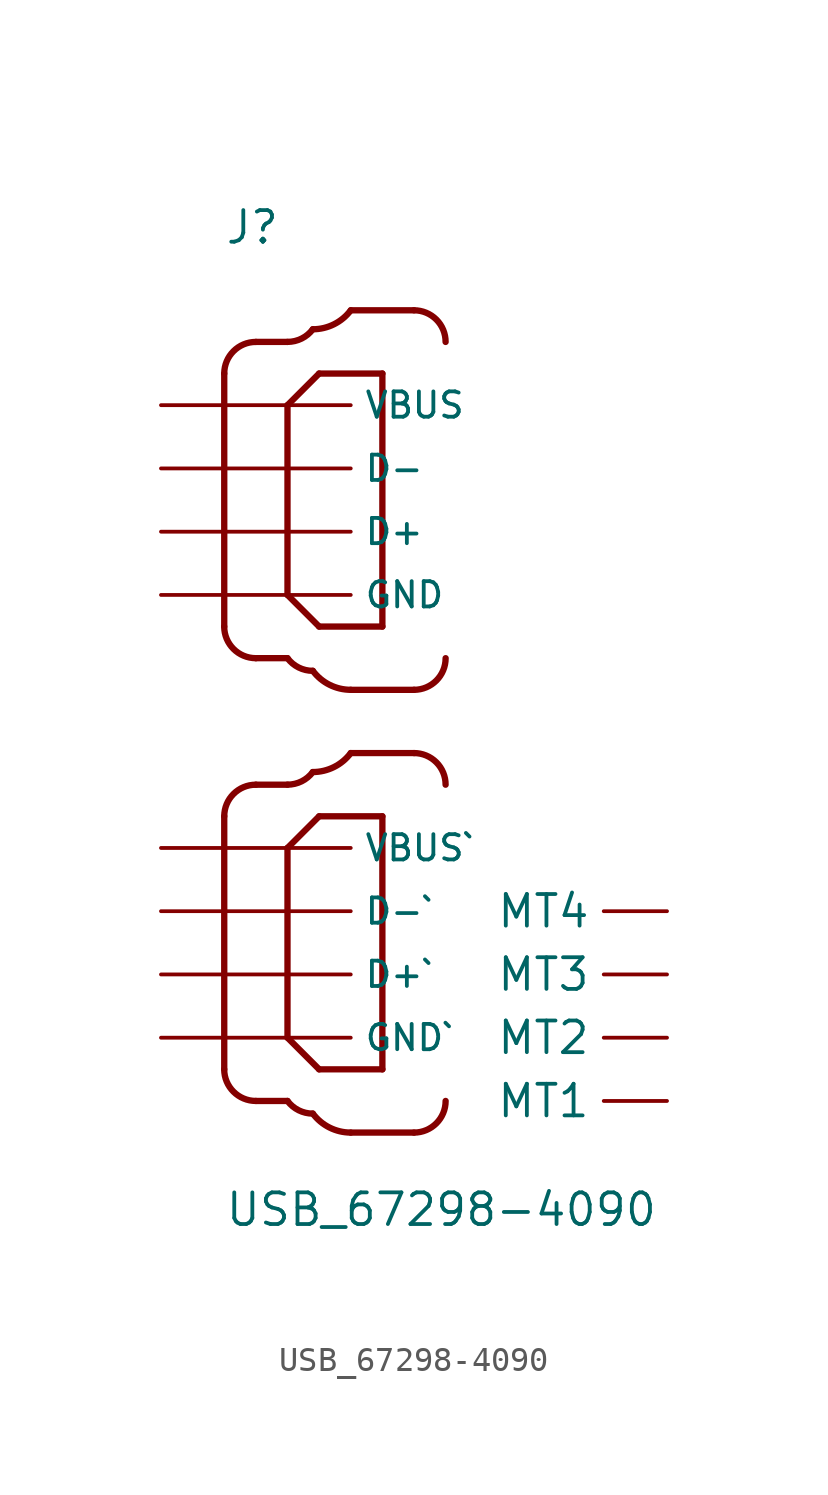
<source format=kicad_sym>
(kicad_symbol_lib
  (version 20241209)
  (generator "kicad_symbol_editor")
  (generator_version "9.0")
  (symbol "USB_67298-4090"
    (pin_numbers
      (hide yes))
    (property "Reference" "J"
      (at -5.08 21.641 0)
      (effects (font (size 1.27 1.27)) (justify left bottom)))
    (property "Value" "USB_67298-4090"
      (at -5.08 -17.805 0)
      (effects (font (size 1.27 1.27)) (justify left bottom)))
    (symbol "USB_67298-4090_0_0"
      (polyline (pts (xy -5.08 16.51) (xy -5.08 6.35)) (stroke (width 0.254) (type default)) (fill (type none)))
      (polyline (pts (xy -5.08 -1.27) (xy -5.08 -11.43)) (stroke (width 0.254) (type default)) (fill (type none)))
      (polyline (pts (xy -3.81 17.78) (xy -2.54 17.78)) (stroke (width 0.254) (type default)) (fill (type none)))
      (polyline (pts (xy -3.81 5.08) (xy -2.54 5.08)) (stroke (width 0.254) (type default)) (fill (type none)))
      (polyline (pts (xy -3.81 0) (xy -2.54 0)) (stroke (width 0.254) (type default)) (fill (type none)))
      (polyline (pts (xy -3.81 -12.7) (xy -2.54 -12.7)) (stroke (width 0.254) (type default)) (fill (type none)))
      (arc (start -5.08 16.51) (mid -4.708 17.408) (end -3.81 17.78) (stroke (width 0.254) (type default)) (fill (type none)))
      (arc (start -3.81 5.08) (mid -4.708 5.452) (end -5.08 6.35) (stroke (width 0.254) (type default)) (fill (type none)))
      (arc (start -5.08 -1.27) (mid -4.708 -0.372) (end -3.81 0) (stroke (width 0.254) (type default)) (fill (type none)))
      (arc (start -3.81 -12.7) (mid -4.708 -12.328) (end -5.08 -11.43) (stroke (width 0.254) (type default)) (fill (type none)))
      (arc (start -1.524 18.288) (mid -1.972 17.9141) (end -2.54 17.78) (stroke (width 0.254) (type default)) (fill (type none)))
      (polyline (pts (xy -2.54 15.24) (xy -2.54 7.62)) (stroke (width 0.254) (type default)) (fill (type none)))
      (polyline (pts (xy -2.54 7.62) (xy -1.27 6.35)) (stroke (width 0.254) (type default)) (fill (type none)))
      (arc (start -1.524 0.508) (mid -1.972 0.1341) (end -2.54 0) (stroke (width 0.254) (type default)) (fill (type none)))
      (polyline (pts (xy -2.54 -2.54) (xy -2.54 -10.16)) (stroke (width 0.254) (type default)) (fill (type none)))
      (polyline (pts (xy -2.54 -10.16) (xy -1.27 -11.43)) (stroke (width 0.254) (type default)) (fill (type none)))
      (arc (start 0 19.05) (mid -0.6721 18.4891) (end -1.524 18.288) (stroke (width 0.254) (type default)) (fill (type none)))
      (arc (start 0 1.27) (mid -0.6721 0.7091) (end -1.524 0.508) (stroke (width 0.254) (type default)) (fill (type none)))
      (arc (start -1.524 4.572) (mid -2.0919 4.7061) (end -2.54 5.08) (stroke (width 0.254) (type default)) (fill (type none)))
      (arc (start -1.524 -13.208) (mid -2.0919 -13.0739) (end -2.54 -12.7) (stroke (width 0.254) (type default)) (fill (type none)))
      (polyline (pts (xy -1.27 16.51) (xy -2.54 15.24)) (stroke (width 0.254) (type default)) (fill (type none)))
      (polyline (pts (xy -1.27 6.35) (xy 1.27 6.35)) (stroke (width 0.254) (type default)) (fill (type none)))
      (polyline (pts (xy -1.27 -1.27) (xy -2.54 -2.54)) (stroke (width 0.254) (type default)) (fill (type none)))
      (polyline (pts (xy -1.27 -11.43) (xy 1.27 -11.43)) (stroke (width 0.254) (type default)) (fill (type none)))
      (polyline (pts (xy 0 19.05) (xy 2.54 19.05)) (stroke (width 0.254) (type default)) (fill (type none)))
      (arc (start 0 3.81) (mid -0.8519 4.0111) (end -1.524 4.572) (stroke (width 0.254) (type default)) (fill (type none)))
      (polyline (pts (xy 0 3.81) (xy 2.54 3.81)) (stroke (width 0.254) (type default)) (fill (type none)))
      (polyline (pts (xy 0 1.27) (xy 2.54 1.27)) (stroke (width 0.254) (type default)) (fill (type none)))
      (arc (start 0 -13.97) (mid -0.8519 -13.7689) (end -1.524 -13.208) (stroke (width 0.254) (type default)) (fill (type none)))
      (polyline (pts (xy 0 -13.97) (xy 2.54 -13.97)) (stroke (width 0.254) (type default)) (fill (type none)))
      (polyline (pts (xy 1.27 16.51) (xy -1.27 16.51)) (stroke (width 0.254) (type default)) (fill (type none)))
      (polyline (pts (xy 1.27 6.35) (xy 1.27 16.51)) (stroke (width 0.254) (type default)) (fill (type none)))
      (polyline (pts (xy 1.27 -1.27) (xy -1.27 -1.27)) (stroke (width 0.254) (type default)) (fill (type none)))
      (polyline (pts (xy 1.27 -11.43) (xy 1.27 -1.27)) (stroke (width 0.254) (type default)) (fill (type none)))
      (arc (start 2.54 19.05) (mid 3.438 18.678) (end 3.81 17.78) (stroke (width 0.254) (type default)) (fill (type none)))
      (arc (start 3.81 5.08) (mid 3.438 4.182) (end 2.54 3.81) (stroke (width 0.254) (type default)) (fill (type none)))
      (arc (start 2.54 1.27) (mid 3.438 0.898) (end 3.81 0) (stroke (width 0.254) (type default)) (fill (type none)))
      (arc (start 3.81 -12.7) (mid 3.438 -13.598) (end 2.54 -13.97) (stroke (width 0.254) (type default)) (fill (type none)))
      (pin power_in line (at -7.62 15.24 0) (length 7.62) (name "VBUS" (effects (font (size 1.016 1.016)))) (number "5" (effects (font (size 1.016 1.016)))))
      (pin passive line (at -7.62 12.7 0) (length 7.62) (name "D-" (effects (font (size 1.016 1.016)))) (number "6" (effects (font (size 1.016 1.016)))))
      (pin passive line (at -7.62 10.16 0) (length 7.62) (name "D+" (effects (font (size 1.016 1.016)))) (number "7" (effects (font (size 1.016 1.016)))))
      (pin power_in line (at -7.62 7.62 0) (length 7.62) (name "GND" (effects (font (size 1.016 1.016)))) (number "8" (effects (font (size 1.016 1.016)))))
      (pin power_in line (at -7.62 -2.54 0) (length 7.62) (name "VBUS`" (effects (font (size 1.016 1.016)))) (number "1" (effects (font (size 1.016 1.016)))))
      (pin passive line (at -7.62 -5.08 0) (length 7.62) (name "D-`" (effects (font (size 1.016 1.016)))) (number "2" (effects (font (size 1.016 1.016)))))
      (pin passive line (at -7.62 -7.62 0) (length 7.62) (name "D+`" (effects (font (size 1.016 1.016)))) (number "3" (effects (font (size 1.016 1.016)))))
      (pin power_in line (at -7.62 -10.16 0) (length 7.62) (name "GND`" (effects (font (size 1.016 1.016)))) (number "4" (effects (font (size 1.016 1.016)))))
      (pin passive line (at 12.7 -5.08 180) (length 2.54) (name "MT4" (effects (font (size 1.27 1.27)))) (number "MT4" (effects (font (size 1.27 1.27)))))
      (pin passive line (at 12.7 -7.62 180) (length 2.54) (name "MT3" (effects (font (size 1.27 1.27)))) (number "MT3" (effects (font (size 1.27 1.27)))))
      (pin passive line (at 12.7 -10.16 180) (length 2.54) (name "MT2" (effects (font (size 1.27 1.27)))) (number "MT2" (effects (font (size 1.27 1.27)))))
      (pin passive line (at 12.7 -12.7 180) (length 2.54) (name "MT1" (effects (font (size 1.27 1.27)))) (number "MT1" (effects (font (size 1.27 1.27))))))))
</source>
